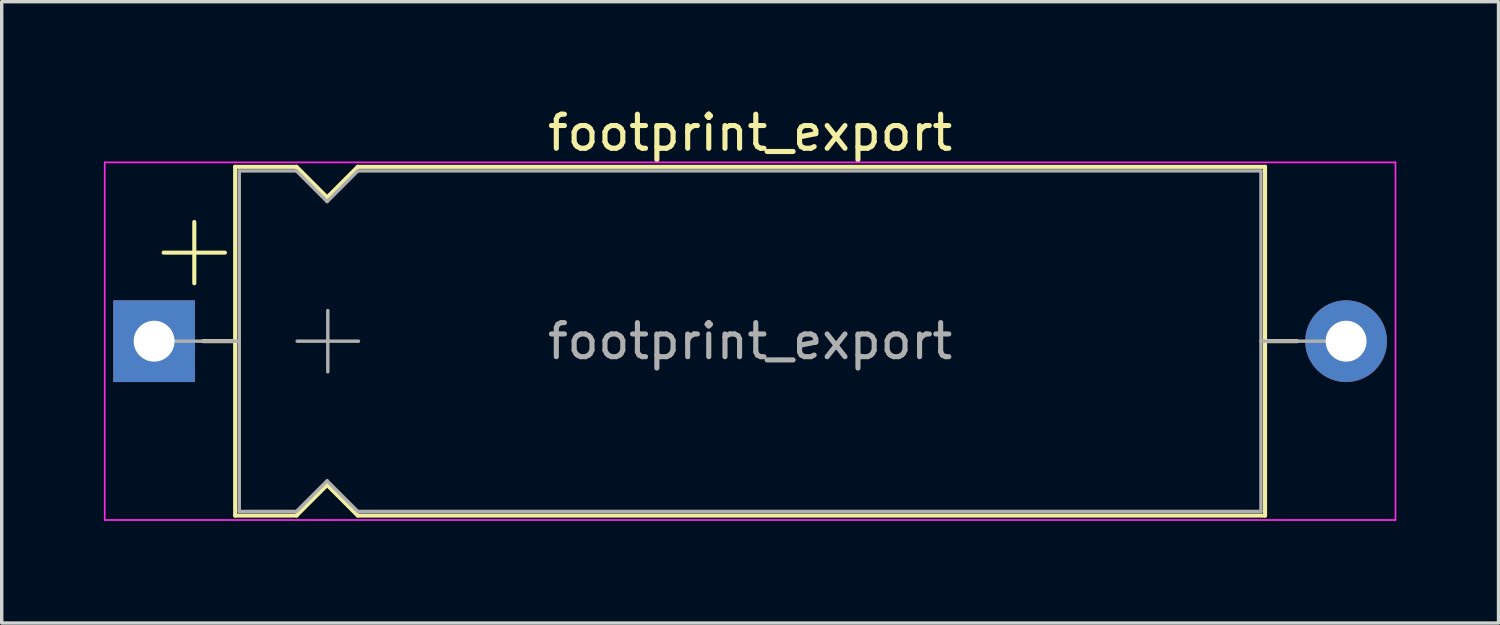
<source format=kicad_pcb>
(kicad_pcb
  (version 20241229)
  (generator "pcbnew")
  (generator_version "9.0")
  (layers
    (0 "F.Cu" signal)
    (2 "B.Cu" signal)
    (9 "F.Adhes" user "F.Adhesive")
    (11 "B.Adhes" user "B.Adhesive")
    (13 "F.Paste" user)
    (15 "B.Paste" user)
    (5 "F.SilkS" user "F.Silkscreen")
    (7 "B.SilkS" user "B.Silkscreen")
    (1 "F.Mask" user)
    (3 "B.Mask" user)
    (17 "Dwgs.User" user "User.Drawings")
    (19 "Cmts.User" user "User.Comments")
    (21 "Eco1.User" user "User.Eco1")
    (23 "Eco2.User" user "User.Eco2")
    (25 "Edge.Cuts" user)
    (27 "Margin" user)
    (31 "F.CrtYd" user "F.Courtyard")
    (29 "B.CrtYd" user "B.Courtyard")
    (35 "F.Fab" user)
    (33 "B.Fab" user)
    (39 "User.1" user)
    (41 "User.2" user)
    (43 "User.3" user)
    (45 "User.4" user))
  (footprint "footprint_export"
    (layer "F.Cu")
    (at 1.475 6.968)
    (property "Reference" "footprint_export" (at 17.5 -6.12 0) (layer "F.SilkS") (effects (font (size 1 1) (thickness 0.15))))
    (attr through_hole)
    (fp_line (start 0.28 -2.6) (end 2.08 -2.6) (stroke (width 0.12) (type solid)) (layer "F.SilkS"))
    (fp_line (start 1.18 -3.5) (end 1.18 -1.7) (stroke (width 0.12) (type solid)) (layer "F.SilkS"))
    (fp_line (start 1.44 0) (end 2.38 0) (stroke (width 0.12) (type solid)) (layer "F.SilkS"))
    (fp_line (start 2.38 -5.12) (end 2.38 5.12) (stroke (width 0.12) (type solid)) (layer "F.SilkS"))
    (fp_line (start 2.38 -5.12) (end 4.18 -5.12) (stroke (width 0.12) (type solid)) (layer "F.SilkS"))
    (fp_line (start 2.38 5.12) (end 4.18 5.12) (stroke (width 0.12) (type solid)) (layer "F.SilkS"))
    (fp_line (start 4.18 -5.12) (end 5.08 -4.22) (stroke (width 0.12) (type solid)) (layer "F.SilkS"))
    (fp_line (start 4.18 5.12) (end 5.08 4.22) (stroke (width 0.12) (type solid)) (layer "F.SilkS"))
    (fp_line (start 5.08 -4.22) (end 5.98 -5.12) (stroke (width 0.12) (type solid)) (layer "F.SilkS"))
    (fp_line (start 5.08 4.22) (end 5.98 5.12) (stroke (width 0.12) (type solid)) (layer "F.SilkS"))
    (fp_line (start 5.98 -5.12) (end 32.62 -5.12) (stroke (width 0.12) (type solid)) (layer "F.SilkS"))
    (fp_line (start 5.98 5.12) (end 32.62 5.12) (stroke (width 0.12) (type solid)) (layer "F.SilkS"))
    (fp_line (start 32.62 -5.12) (end 32.62 5.12) (stroke (width 0.12) (type solid)) (layer "F.SilkS"))
    (fp_line (start 33.56 0) (end 32.62 0) (stroke (width 0.12) (type solid)) (layer "F.SilkS"))
    (fp_line (start -1.45 -5.25) (end -1.45 5.25) (stroke (width 0.05) (type solid)) (layer "F.CrtYd"))
    (fp_line (start -1.45 5.25) (end 36.45 5.25) (stroke (width 0.05) (type solid)) (layer "F.CrtYd"))
    (fp_line (start 36.45 -5.25) (end -1.45 -5.25) (stroke (width 0.05) (type solid)) (layer "F.CrtYd"))
    (fp_line (start 36.45 5.25) (end 36.45 -5.25) (stroke (width 0.05) (type solid)) (layer "F.CrtYd"))
    (fp_line (start 0 0) (end 2.5 0) (stroke (width 0.1) (type solid)) (layer "F.Fab"))
    (fp_line (start 2.5 -5) (end 2.5 5) (stroke (width 0.1) (type solid)) (layer "F.Fab"))
    (fp_line (start 2.5 -5) (end 4.18 -5) (stroke (width 0.1) (type solid)) (layer "F.Fab"))
    (fp_line (start 2.5 5) (end 4.18 5) (stroke (width 0.1) (type solid)) (layer "F.Fab"))
    (fp_line (start 4.18 -5) (end 5.08 -4.1) (stroke (width 0.1) (type solid)) (layer "F.Fab"))
    (fp_line (start 4.18 5) (end 5.08 4.1) (stroke (width 0.1) (type solid)) (layer "F.Fab"))
    (fp_line (start 4.2 0) (end 6 0) (stroke (width 0.1) (type solid)) (layer "F.Fab"))
    (fp_line (start 5.08 -4.1) (end 5.98 -5) (stroke (width 0.1) (type solid)) (layer "F.Fab"))
    (fp_line (start 5.08 4.1) (end 5.98 5) (stroke (width 0.1) (type solid)) (layer "F.Fab"))
    (fp_line (start 5.1 -0.9) (end 5.1 0.9) (stroke (width 0.1) (type solid)) (layer "F.Fab"))
    (fp_line (start 5.98 -5) (end 32.5 -5) (stroke (width 0.1) (type solid)) (layer "F.Fab"))
    (fp_line (start 5.98 5) (end 32.5 5) (stroke (width 0.1) (type solid)) (layer "F.Fab"))
    (fp_line (start 32.5 -5) (end 32.5 5) (stroke (width 0.1) (type solid)) (layer "F.Fab"))
    (fp_line (start 35 0) (end 32.5 0) (stroke (width 0.1) (type solid)) (layer "F.Fab"))
    (fp_text user "${REFERENCE}" (at 17.5 0 0) (layer "F.Fab") (effects (font (size 1 1) (thickness 0.15))))
    (pad "1" thru_hole rect (at 0 0) (size 2.4 2.4) (drill 1.2) (layers "*.Cu" "*.Mask"))
    (pad "2" thru_hole oval (at 35 0) (size 2.4 2.4) (drill 1.2) (layers "*.Cu" "*.Mask")))
  (gr_rect
    (start -3 -3)
    (end 40.95 15.243)
    (stroke (width 0.1) (type default))
    (fill no)
    (layer "Edge.Cuts")))
</source>
